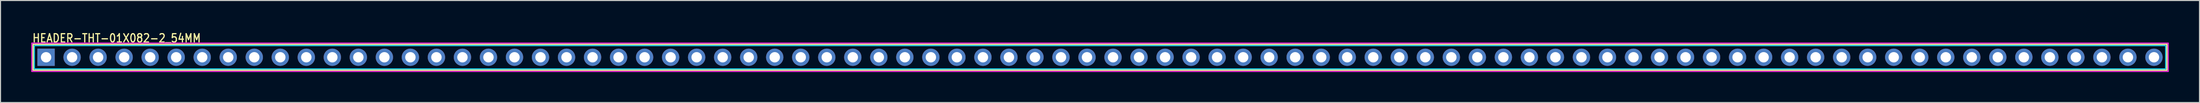
<source format=kicad_pcb>
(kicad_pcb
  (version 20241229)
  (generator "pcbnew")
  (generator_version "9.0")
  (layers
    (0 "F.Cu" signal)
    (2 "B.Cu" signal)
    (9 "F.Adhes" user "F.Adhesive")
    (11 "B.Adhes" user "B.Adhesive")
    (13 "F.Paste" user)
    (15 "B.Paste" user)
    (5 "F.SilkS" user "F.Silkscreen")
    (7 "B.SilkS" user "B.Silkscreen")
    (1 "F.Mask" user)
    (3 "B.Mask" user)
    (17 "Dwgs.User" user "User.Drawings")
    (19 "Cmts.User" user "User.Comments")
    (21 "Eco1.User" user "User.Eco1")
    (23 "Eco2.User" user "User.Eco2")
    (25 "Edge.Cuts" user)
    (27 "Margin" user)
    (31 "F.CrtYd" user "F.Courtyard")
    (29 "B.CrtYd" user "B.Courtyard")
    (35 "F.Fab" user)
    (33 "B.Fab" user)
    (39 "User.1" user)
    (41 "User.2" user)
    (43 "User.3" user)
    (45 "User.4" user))
  (footprint "HEADER-THT-01X082-2_54MM"
    (layer "F.Cu")
    (at 1.447 2.579)
    (property "Reference" "HEADER-THT-01X082-2_54MM" (at -1.4 -1.4 0) (unlocked yes) (layer "F.SilkS") (effects (font (size 0.813 0.695) (thickness 0.122)) (justify left bottom)))
    (fp_line (start -1.27 -1.27) (end -1.27 1.27) (stroke (width 0.127) (type solid)) (layer "F.SilkS"))
    (fp_line (start -1.27 1.27) (end 207.01 1.27) (stroke (width 0.127) (type solid)) (layer "F.SilkS"))
    (fp_line (start 207.01 -1.27) (end -1.27 -1.27) (stroke (width 0.127) (type solid)) (layer "F.SilkS"))
    (fp_line (start 207.01 1.27) (end 207.01 -1.27) (stroke (width 0.127) (type solid)) (layer "F.SilkS"))
    (fp_poly (pts (xy -1.143 -1.143) (xy 206.883 -1.143) (xy 206.883 1.143) (xy -1.143 1.143)) (stroke (width 0.1) (type solid)) (fill no) (layer "B.CrtYd"))
    (fp_poly (pts (xy -1.397 -1.397) (xy 207.137 -1.397) (xy 207.137 1.397) (xy -1.397 1.397)) (stroke (width 0.1) (type solid)) (fill no) (layer "F.CrtYd"))
    (pad "1" thru_hole rect (at 0 0) (size 1.693 1.693) (drill 1.016) (layers "*.Cu" "*.Mask"))
    (pad "2" thru_hole oval (at 2.54 0) (size 1.693 1.693) (drill 1.016) (layers "*.Cu" "*.Mask"))
    (pad "3" thru_hole oval (at 5.08 0) (size 1.693 1.693) (drill 1.016) (layers "*.Cu" "*.Mask"))
    (pad "4" thru_hole oval (at 7.62 0) (size 1.693 1.693) (drill 1.016) (layers "*.Cu" "*.Mask"))
    (pad "5" thru_hole oval (at 10.16 0) (size 1.693 1.693) (drill 1.016) (layers "*.Cu" "*.Mask"))
    (pad "6" thru_hole oval (at 12.7 0) (size 1.693 1.693) (drill 1.016) (layers "*.Cu" "*.Mask"))
    (pad "7" thru_hole oval (at 15.24 0) (size 1.693 1.693) (drill 1.016) (layers "*.Cu" "*.Mask"))
    (pad "8" thru_hole oval (at 17.78 0) (size 1.693 1.693) (drill 1.016) (layers "*.Cu" "*.Mask"))
    (pad "9" thru_hole oval (at 20.32 0) (size 1.693 1.693) (drill 1.016) (layers "*.Cu" "*.Mask"))
    (pad "10" thru_hole oval (at 22.86 0) (size 1.693 1.693) (drill 1.016) (layers "*.Cu" "*.Mask"))
    (pad "11" thru_hole oval (at 25.4 0) (size 1.693 1.693) (drill 1.016) (layers "*.Cu" "*.Mask"))
    (pad "12" thru_hole oval (at 27.94 0) (size 1.693 1.693) (drill 1.016) (layers "*.Cu" "*.Mask"))
    (pad "13" thru_hole oval (at 30.48 0) (size 1.693 1.693) (drill 1.016) (layers "*.Cu" "*.Mask"))
    (pad "14" thru_hole oval (at 33.02 0) (size 1.693 1.693) (drill 1.016) (layers "*.Cu" "*.Mask"))
    (pad "15" thru_hole oval (at 35.56 0) (size 1.693 1.693) (drill 1.016) (layers "*.Cu" "*.Mask"))
    (pad "16" thru_hole oval (at 38.1 0) (size 1.693 1.693) (drill 1.016) (layers "*.Cu" "*.Mask"))
    (pad "17" thru_hole oval (at 40.64 0) (size 1.693 1.693) (drill 1.016) (layers "*.Cu" "*.Mask"))
    (pad "18" thru_hole oval (at 43.18 0) (size 1.693 1.693) (drill 1.016) (layers "*.Cu" "*.Mask"))
    (pad "19" thru_hole oval (at 45.72 0) (size 1.693 1.693) (drill 1.016) (layers "*.Cu" "*.Mask"))
    (pad "20" thru_hole oval (at 48.26 0) (size 1.693 1.693) (drill 1.016) (layers "*.Cu" "*.Mask"))
    (pad "21" thru_hole oval (at 50.8 0) (size 1.693 1.693) (drill 1.016) (layers "*.Cu" "*.Mask"))
    (pad "22" thru_hole oval (at 53.34 0) (size 1.693 1.693) (drill 1.016) (layers "*.Cu" "*.Mask"))
    (pad "23" thru_hole oval (at 55.88 0) (size 1.693 1.693) (drill 1.016) (layers "*.Cu" "*.Mask"))
    (pad "24" thru_hole oval (at 58.42 0) (size 1.693 1.693) (drill 1.016) (layers "*.Cu" "*.Mask"))
    (pad "25" thru_hole oval (at 60.96 0) (size 1.693 1.693) (drill 1.016) (layers "*.Cu" "*.Mask"))
    (pad "26" thru_hole oval (at 63.5 0) (size 1.693 1.693) (drill 1.016) (layers "*.Cu" "*.Mask"))
    (pad "27" thru_hole oval (at 66.04 0) (size 1.693 1.693) (drill 1.016) (layers "*.Cu" "*.Mask"))
    (pad "28" thru_hole oval (at 68.58 0) (size 1.693 1.693) (drill 1.016) (layers "*.Cu" "*.Mask"))
    (pad "29" thru_hole oval (at 71.12 0) (size 1.693 1.693) (drill 1.016) (layers "*.Cu" "*.Mask"))
    (pad "30" thru_hole oval (at 73.66 0) (size 1.693 1.693) (drill 1.016) (layers "*.Cu" "*.Mask"))
    (pad "31" thru_hole oval (at 76.2 0) (size 1.693 1.693) (drill 1.016) (layers "*.Cu" "*.Mask"))
    (pad "32" thru_hole oval (at 78.74 0) (size 1.693 1.693) (drill 1.016) (layers "*.Cu" "*.Mask"))
    (pad "33" thru_hole oval (at 81.28 0) (size 1.693 1.693) (drill 1.016) (layers "*.Cu" "*.Mask"))
    (pad "34" thru_hole oval (at 83.82 0) (size 1.693 1.693) (drill 1.016) (layers "*.Cu" "*.Mask"))
    (pad "35" thru_hole oval (at 86.36 0) (size 1.693 1.693) (drill 1.016) (layers "*.Cu" "*.Mask"))
    (pad "36" thru_hole oval (at 88.9 0) (size 1.693 1.693) (drill 1.016) (layers "*.Cu" "*.Mask"))
    (pad "37" thru_hole oval (at 91.44 0) (size 1.693 1.693) (drill 1.016) (layers "*.Cu" "*.Mask"))
    (pad "38" thru_hole oval (at 93.98 0) (size 1.693 1.693) (drill 1.016) (layers "*.Cu" "*.Mask"))
    (pad "39" thru_hole oval (at 96.52 0) (size 1.693 1.693) (drill 1.016) (layers "*.Cu" "*.Mask"))
    (pad "40" thru_hole oval (at 99.06 0) (size 1.693 1.693) (drill 1.016) (layers "*.Cu" "*.Mask"))
    (pad "41" thru_hole oval (at 101.6 0) (size 1.693 1.693) (drill 1.016) (layers "*.Cu" "*.Mask"))
    (pad "42" thru_hole oval (at 104.14 0) (size 1.693 1.693) (drill 1.016) (layers "*.Cu" "*.Mask"))
    (pad "43" thru_hole oval (at 106.68 0) (size 1.693 1.693) (drill 1.016) (layers "*.Cu" "*.Mask"))
    (pad "44" thru_hole oval (at 109.22 0) (size 1.693 1.693) (drill 1.016) (layers "*.Cu" "*.Mask"))
    (pad "45" thru_hole oval (at 111.76 0) (size 1.693 1.693) (drill 1.016) (layers "*.Cu" "*.Mask"))
    (pad "46" thru_hole oval (at 114.3 0) (size 1.693 1.693) (drill 1.016) (layers "*.Cu" "*.Mask"))
    (pad "47" thru_hole oval (at 116.84 0) (size 1.693 1.693) (drill 1.016) (layers "*.Cu" "*.Mask"))
    (pad "48" thru_hole oval (at 119.38 0) (size 1.693 1.693) (drill 1.016) (layers "*.Cu" "*.Mask"))
    (pad "49" thru_hole oval (at 121.92 0) (size 1.693 1.693) (drill 1.016) (layers "*.Cu" "*.Mask"))
    (pad "50" thru_hole oval (at 124.46 0) (size 1.693 1.693) (drill 1.016) (layers "*.Cu" "*.Mask"))
    (pad "51" thru_hole oval (at 127 0) (size 1.693 1.693) (drill 1.016) (layers "*.Cu" "*.Mask"))
    (pad "52" thru_hole oval (at 129.54 0) (size 1.693 1.693) (drill 1.016) (layers "*.Cu" "*.Mask"))
    (pad "53" thru_hole oval (at 132.08 0) (size 1.693 1.693) (drill 1.016) (layers "*.Cu" "*.Mask"))
    (pad "54" thru_hole oval (at 134.62 0) (size 1.693 1.693) (drill 1.016) (layers "*.Cu" "*.Mask"))
    (pad "55" thru_hole oval (at 137.16 0) (size 1.693 1.693) (drill 1.016) (layers "*.Cu" "*.Mask"))
    (pad "56" thru_hole oval (at 139.7 0) (size 1.693 1.693) (drill 1.016) (layers "*.Cu" "*.Mask"))
    (pad "57" thru_hole oval (at 142.24 0) (size 1.693 1.693) (drill 1.016) (layers "*.Cu" "*.Mask"))
    (pad "58" thru_hole oval (at 144.78 0) (size 1.693 1.693) (drill 1.016) (layers "*.Cu" "*.Mask"))
    (pad "59" thru_hole oval (at 147.32 0) (size 1.693 1.693) (drill 1.016) (layers "*.Cu" "*.Mask"))
    (pad "60" thru_hole oval (at 149.86 0) (size 1.693 1.693) (drill 1.016) (layers "*.Cu" "*.Mask"))
    (pad "61" thru_hole oval (at 152.4 0) (size 1.693 1.693) (drill 1.016) (layers "*.Cu" "*.Mask"))
    (pad "62" thru_hole oval (at 154.94 0) (size 1.693 1.693) (drill 1.016) (layers "*.Cu" "*.Mask"))
    (pad "63" thru_hole oval (at 157.48 0) (size 1.693 1.693) (drill 1.016) (layers "*.Cu" "*.Mask"))
    (pad "64" thru_hole oval (at 160.02 0) (size 1.693 1.693) (drill 1.016) (layers "*.Cu" "*.Mask"))
    (pad "65" thru_hole oval (at 162.56 0) (size 1.693 1.693) (drill 1.016) (layers "*.Cu" "*.Mask"))
    (pad "66" thru_hole oval (at 165.1 0) (size 1.693 1.693) (drill 1.016) (layers "*.Cu" "*.Mask"))
    (pad "67" thru_hole oval (at 167.64 0) (size 1.693 1.693) (drill 1.016) (layers "*.Cu" "*.Mask"))
    (pad "68" thru_hole oval (at 170.18 0) (size 1.693 1.693) (drill 1.016) (layers "*.Cu" "*.Mask"))
    (pad "69" thru_hole oval (at 172.72 0) (size 1.693 1.693) (drill 1.016) (layers "*.Cu" "*.Mask"))
    (pad "70" thru_hole oval (at 175.26 0) (size 1.693 1.693) (drill 1.016) (layers "*.Cu" "*.Mask"))
    (pad "71" thru_hole oval (at 177.8 0) (size 1.693 1.693) (drill 1.016) (layers "*.Cu" "*.Mask"))
    (pad "72" thru_hole oval (at 180.34 0) (size 1.693 1.693) (drill 1.016) (layers "*.Cu" "*.Mask"))
    (pad "73" thru_hole oval (at 182.88 0) (size 1.693 1.693) (drill 1.016) (layers "*.Cu" "*.Mask"))
    (pad "74" thru_hole oval (at 185.42 0) (size 1.693 1.693) (drill 1.016) (layers "*.Cu" "*.Mask"))
    (pad "75" thru_hole oval (at 187.96 0) (size 1.693 1.693) (drill 1.016) (layers "*.Cu" "*.Mask"))
    (pad "76" thru_hole oval (at 190.5 0) (size 1.693 1.693) (drill 1.016) (layers "*.Cu" "*.Mask"))
    (pad "77" thru_hole oval (at 193.04 0) (size 1.693 1.693) (drill 1.016) (layers "*.Cu" "*.Mask"))
    (pad "78" thru_hole oval (at 195.58 0) (size 1.693 1.693) (drill 1.016) (layers "*.Cu" "*.Mask"))
    (pad "79" thru_hole oval (at 198.12 0) (size 1.693 1.693) (drill 1.016) (layers "*.Cu" "*.Mask"))
    (pad "80" thru_hole oval (at 200.66 0) (size 1.693 1.693) (drill 1.016) (layers "*.Cu" "*.Mask"))
    (pad "81" thru_hole oval (at 203.2 0) (size 1.693 1.693) (drill 1.016) (layers "*.Cu" "*.Mask"))
    (pad "82" thru_hole oval (at 205.74 0) (size 1.693 1.693) (drill 1.016) (layers "*.Cu" "*.Mask")))
  (gr_rect
    (start -3 -3)
    (end 211.634 7.026)
    (stroke (width 0.1) (type default))
    (fill no)
    (layer "Edge.Cuts")))
</source>
